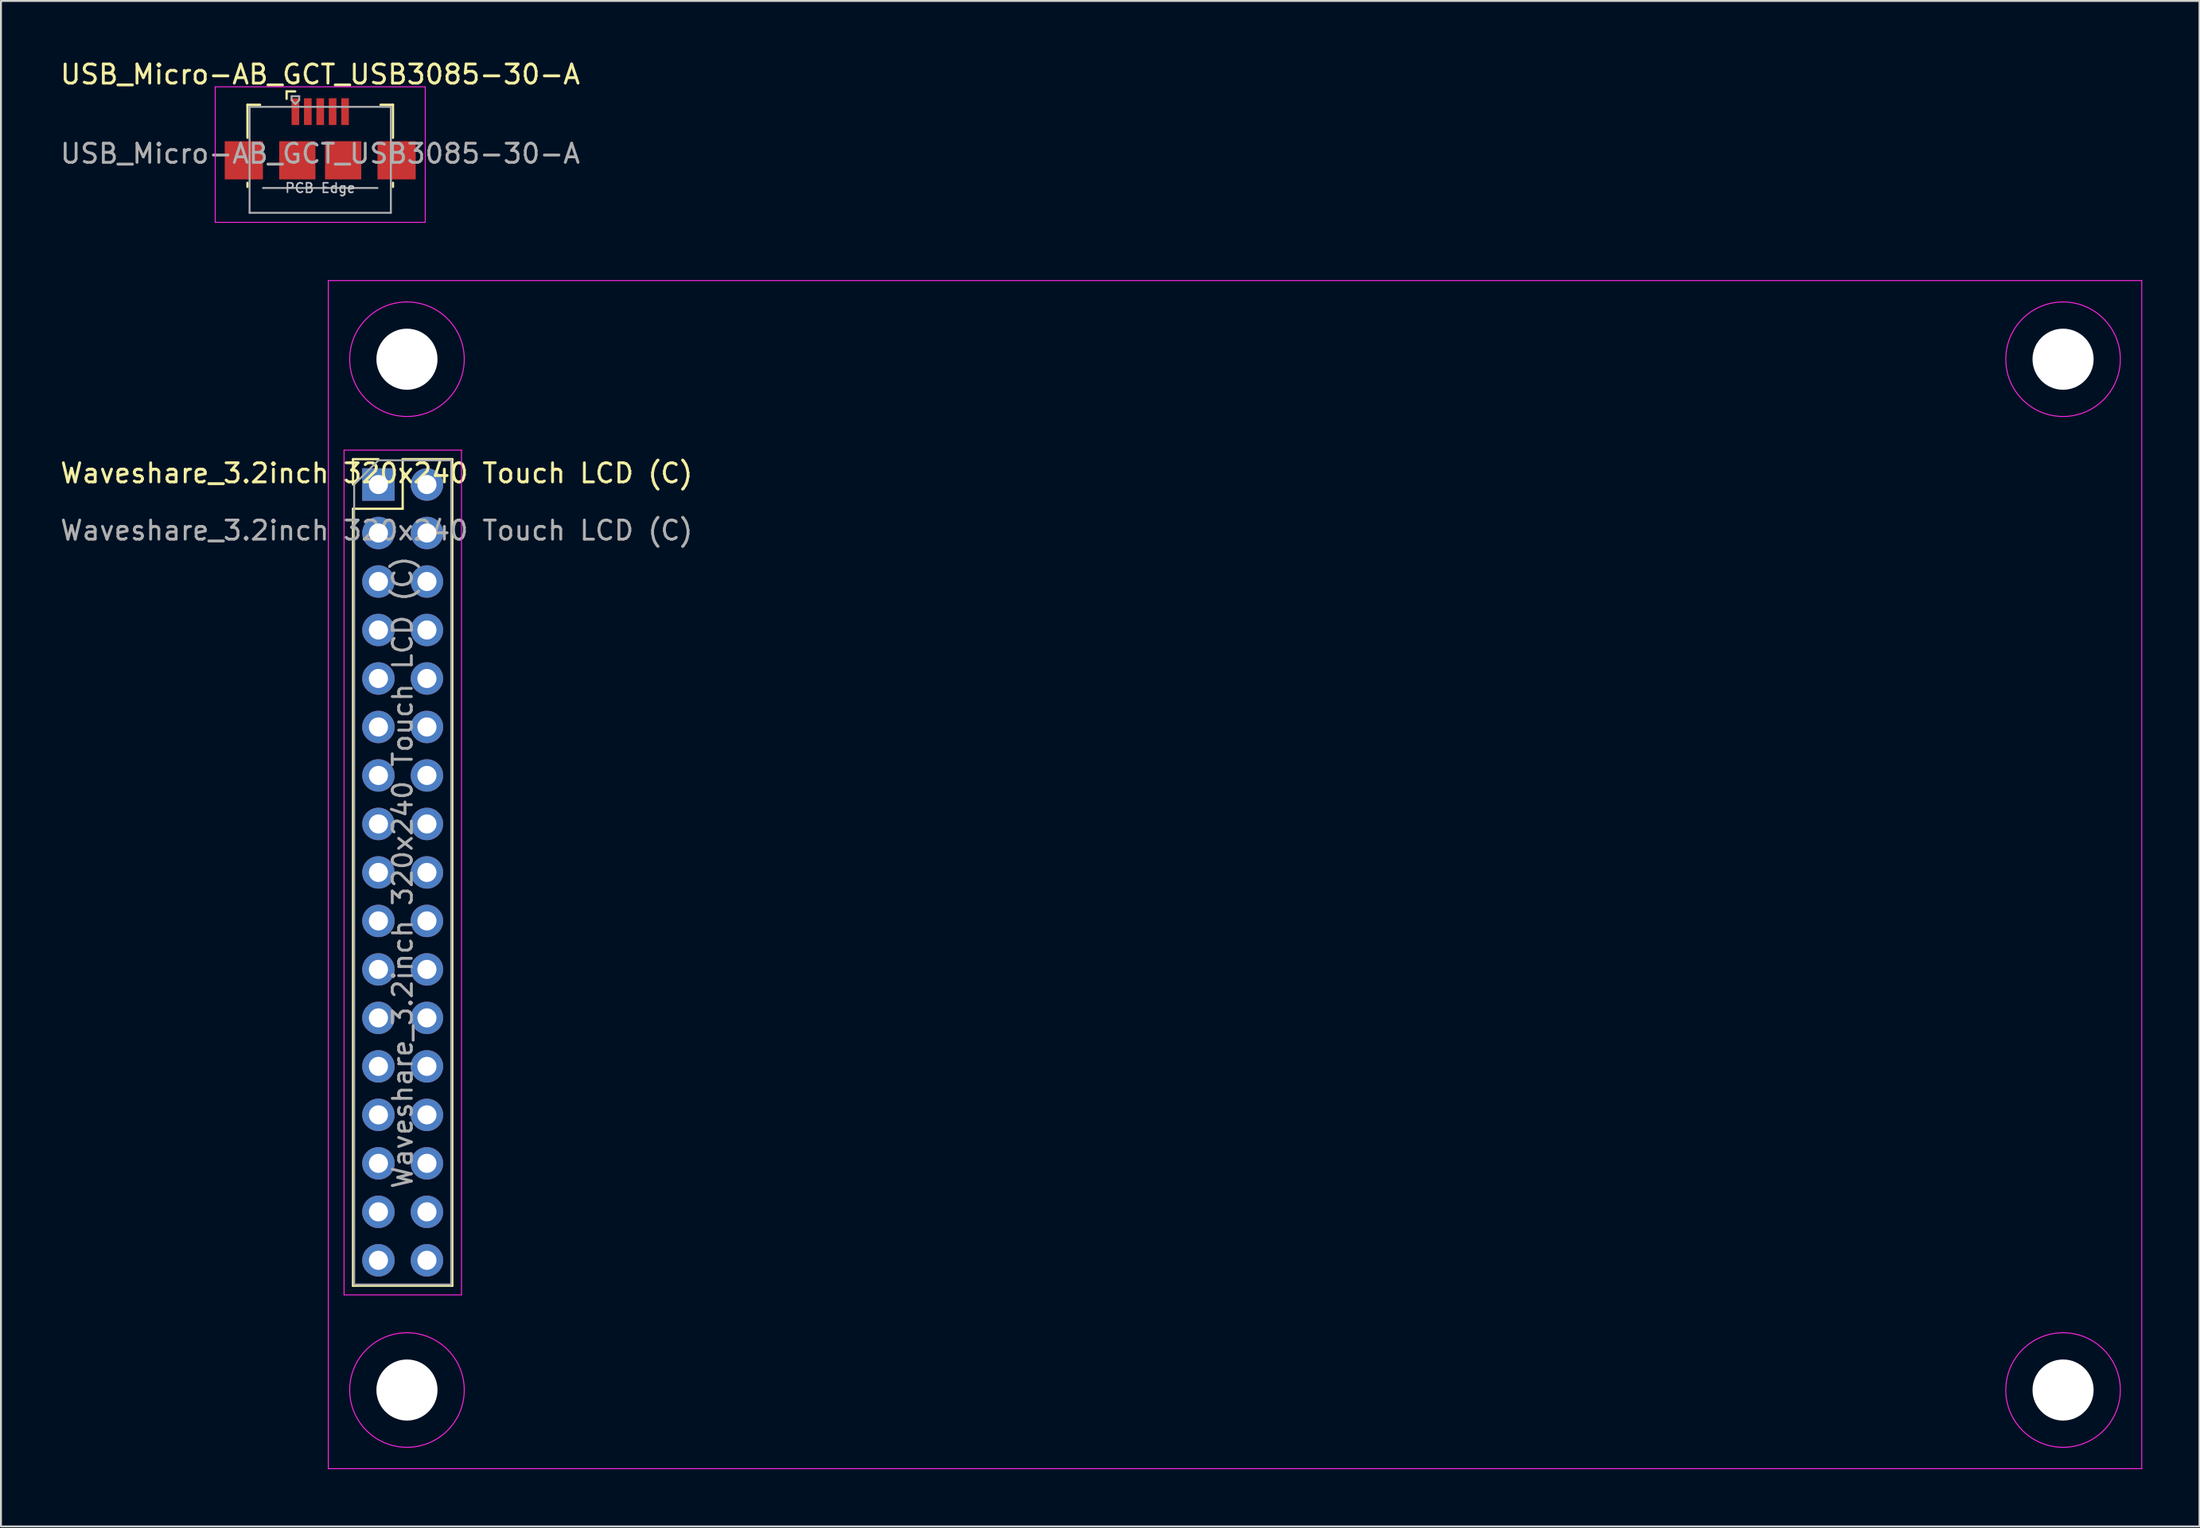
<source format=kicad_pcb>
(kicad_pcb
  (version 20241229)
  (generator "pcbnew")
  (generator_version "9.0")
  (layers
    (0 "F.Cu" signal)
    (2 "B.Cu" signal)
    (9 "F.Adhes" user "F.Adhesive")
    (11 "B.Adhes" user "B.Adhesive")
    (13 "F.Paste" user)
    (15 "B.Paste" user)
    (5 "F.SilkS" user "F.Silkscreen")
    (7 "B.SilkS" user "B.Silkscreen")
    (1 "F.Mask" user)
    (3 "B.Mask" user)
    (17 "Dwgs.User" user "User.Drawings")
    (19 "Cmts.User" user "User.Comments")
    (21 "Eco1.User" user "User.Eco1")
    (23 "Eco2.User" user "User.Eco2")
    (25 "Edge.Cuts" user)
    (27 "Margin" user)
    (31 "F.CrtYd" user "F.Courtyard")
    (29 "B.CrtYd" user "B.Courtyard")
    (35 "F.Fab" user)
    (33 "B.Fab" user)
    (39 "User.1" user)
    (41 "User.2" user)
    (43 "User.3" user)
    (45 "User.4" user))
  (footprint "USB_Micro-AB_GCT_USB3085-30-A"
    (layer "F.Cu")
    (at 13.72 4.148)
    (property "Reference" "USB_Micro-AB_GCT_USB3085-30-A" (at 0 -3.3 0) (layer "F.SilkS") (effects (font (size 1 1) (thickness 0.15))))
    (attr smd)
    (fp_line (start -3.81 -1.71) (end -3.15 -1.71) (stroke (width 0.12) (type solid)) (layer "F.SilkS"))
    (fp_line (start -3.81 0.02) (end -3.81 -1.71) (stroke (width 0.12) (type solid)) (layer "F.SilkS"))
    (fp_line (start -3.81 2.59) (end -3.81 2.38) (stroke (width 0.12) (type solid)) (layer "F.SilkS"))
    (fp_line (start -1.76 -2.41) (end -1.76 -2.02) (stroke (width 0.12) (type solid)) (layer "F.SilkS"))
    (fp_line (start -1.76 -2.41) (end -1.31 -2.41) (stroke (width 0.12) (type solid)) (layer "F.SilkS"))
    (fp_line (start 3.81 -1.71) (end 3.16 -1.71) (stroke (width 0.12) (type solid)) (layer "F.SilkS"))
    (fp_line (start 3.81 0.02) (end 3.81 -1.71) (stroke (width 0.12) (type solid)) (layer "F.SilkS"))
    (fp_line (start 3.81 2.59) (end 3.81 2.38) (stroke (width 0.12) (type solid)) (layer "F.SilkS"))
    (fp_line (start -5.5 -2.65) (end 5.5 -2.65) (stroke (width 0.05) (type solid)) (layer "F.CrtYd"))
    (fp_line (start -5.5 4.45) (end -5.5 -2.65) (stroke (width 0.05) (type solid)) (layer "F.CrtYd"))
    (fp_line (start -5.5 4.45) (end 5.5 4.45) (stroke (width 0.05) (type solid)) (layer "F.CrtYd"))
    (fp_line (start 5.5 -2.65) (end 5.5 4.45) (stroke (width 0.05) (type solid)) (layer "F.CrtYd"))
    (fp_line (start -3.7 -1.6) (end 3.7 -1.6) (stroke (width 0.1) (type solid)) (layer "F.Fab"))
    (fp_line (start -3.7 3.95) (end -3.7 -1.6) (stroke (width 0.1) (type solid)) (layer "F.Fab"))
    (fp_line (start -3.7 3.95) (end 3.7 3.95) (stroke (width 0.1) (type solid)) (layer "F.Fab"))
    (fp_line (start -3 2.65) (end 3 2.65) (stroke (width 0.1) (type solid)) (layer "F.Fab"))
    (fp_line (start -1.5 -2.16) (end -1.5 -1.95) (stroke (width 0.1) (type solid)) (layer "F.Fab"))
    (fp_line (start -1.5 -2.16) (end -1.1 -2.16) (stroke (width 0.1) (type solid)) (layer "F.Fab"))
    (fp_line (start -1.3 -1.75) (end -1.5 -1.95) (stroke (width 0.1) (type solid)) (layer "F.Fab"))
    (fp_line (start -1.1 -2.16) (end -1.1 -1.95) (stroke (width 0.1) (type solid)) (layer "F.Fab"))
    (fp_line (start -1.1 -1.95) (end -1.3 -1.75) (stroke (width 0.1) (type solid)) (layer "F.Fab"))
    (fp_line (start 3.7 3.95) (end 3.7 -1.6) (stroke (width 0.1) (type solid)) (layer "F.Fab"))
    (fp_text user "PCB Edge" (at 0 2.65 0) (layer "Dwgs.User") (effects (font (size 0.5 0.5) (thickness 0.08))))
    (fp_text user "${REFERENCE}" (at 0 0.85 0) (layer "F.Fab") (effects (font (size 1 1) (thickness 0.15))))
    (pad "1" smd rect (at -1.3 -1.35) (size 0.4 1.4) (layers "F.Cu" "F.Mask" "F.Paste"))
    (pad "2" smd rect (at -0.65 -1.35) (size 0.4 1.4) (layers "F.Cu" "F.Mask" "F.Paste"))
    (pad "3" smd rect (at 0 -1.35) (size 0.4 1.4) (layers "F.Cu" "F.Mask" "F.Paste"))
    (pad "4" smd rect (at 0.65 -1.35) (size 0.4 1.4) (layers "F.Cu" "F.Mask" "F.Paste"))
    (pad "5" smd rect (at 1.3 -1.35) (size 0.4 1.4) (layers "F.Cu" "F.Mask" "F.Paste"))
    (pad "6" smd rect (at -4 1.2 180) (size 2 2) (layers "F.Cu" "F.Mask" "F.Paste"))
    (pad "6" smd rect (at -1.2 1.2) (size 1.9 2) (layers "F.Cu" "F.Mask" "F.Paste"))
    (pad "6" smd rect (at 1.2 1.2) (size 1.9 2) (layers "F.Cu" "F.Mask" "F.Paste"))
    (pad "6" smd rect (at 4 1.2) (size 2 2) (layers "F.Cu" "F.Mask" "F.Paste")))
  (footprint "Waveshare_3.2inch 320x240 Touch LCD (C)"
    (layer "F.Cu")
    (at 16.673 22.238)
    (property "Reference" "Waveshare_3.2inch 320x240 Touch LCD (C)" (at 0 -0.5 0) (unlocked yes) (layer "F.SilkS") (effects (font (size 1 1) (thickness 0.15))))
    (attr through_hole)
    (fp_line (start -1.235 -1.235) (end 0.095 -1.235) (stroke (width 0.12) (type solid)) (layer "F.SilkS"))
    (fp_line (start -1.235 0.095) (end -1.235 -1.235) (stroke (width 0.12) (type solid)) (layer "F.SilkS"))
    (fp_line (start -1.235 1.365) (end -1.235 42.065) (stroke (width 0.12) (type solid)) (layer "F.SilkS"))
    (fp_line (start -1.235 1.365) (end 1.365 1.365) (stroke (width 0.12) (type solid)) (layer "F.SilkS"))
    (fp_line (start -1.235 42.065) (end 3.965 42.065) (stroke (width 0.12) (type solid)) (layer "F.SilkS"))
    (fp_line (start 1.365 -1.235) (end 3.965 -1.235) (stroke (width 0.12) (type solid)) (layer "F.SilkS"))
    (fp_line (start 1.365 1.365) (end 1.365 -1.235) (stroke (width 0.12) (type solid)) (layer "F.SilkS"))
    (fp_line (start 3.965 -1.235) (end 3.965 42.065) (stroke (width 0.12) (type solid)) (layer "F.SilkS"))
    (fp_line (start -2.53 -10.59) (end -2.53 51.65) (stroke (width 0.05) (type solid)) (layer "F.CrtYd"))
    (fp_line (start -2.53 -10.59) (end 92.44 -10.59) (stroke (width 0.05) (type solid)) (layer "F.CrtYd"))
    (fp_line (start -2.53 51.65) (end 92.44 51.65) (stroke (width 0.05) (type solid)) (layer "F.CrtYd"))
    (fp_line (start -1.705 -1.705) (end -1.705 42.545) (stroke (width 0.05) (type solid)) (layer "F.CrtYd"))
    (fp_line (start -1.705 42.545) (end 4.445 42.545) (stroke (width 0.05) (type solid)) (layer "F.CrtYd"))
    (fp_line (start 4.445 -1.705) (end -1.705 -1.705) (stroke (width 0.05) (type solid)) (layer "F.CrtYd"))
    (fp_line (start 4.445 42.545) (end 4.445 -1.705) (stroke (width 0.05) (type solid)) (layer "F.CrtYd"))
    (fp_line (start 92.44 51.65) (end 92.44 -10.59) (stroke (width 0.05) (type solid)) (layer "F.CrtYd"))
    (fp_circle (center 1.59 -6.47) (end 4.59 -6.47) (stroke (width 0.05) (type solid)) (fill no) (layer "F.CrtYd"))
    (fp_circle (center 1.59 47.53) (end 4.59 47.53) (stroke (width 0.05) (type solid)) (fill no) (layer "F.CrtYd"))
    (fp_circle (center 88.32 -6.47) (end 91.32 -6.47) (stroke (width 0.05) (type solid)) (fill no) (layer "F.CrtYd"))
    (fp_circle (center 88.32 47.53) (end 91.32 47.53) (stroke (width 0.05) (type solid)) (fill no) (layer "F.CrtYd"))
    (fp_line (start -1.175 0.095) (end 0.095 -1.175) (stroke (width 0.1) (type solid)) (layer "F.Fab"))
    (fp_line (start -1.175 42.005) (end -1.175 0.095) (stroke (width 0.1) (type solid)) (layer "F.Fab"))
    (fp_line (start 0.095 -1.175) (end 3.905 -1.175) (stroke (width 0.1) (type solid)) (layer "F.Fab"))
    (fp_line (start 3.905 -1.175) (end 3.905 42.005) (stroke (width 0.1) (type solid)) (layer "F.Fab"))
    (fp_line (start 3.905 42.005) (end -1.175 42.005) (stroke (width 0.1) (type solid)) (layer "F.Fab"))
    (fp_text user "${REFERENCE}" (at 1.365 20.415 90) (layer "F.Fab") (effects (font (size 1 1) (thickness 0.15))))
    (fp_text user "${REFERENCE}" (at 0 2.5 0) (unlocked yes) (layer "F.Fab") (effects (font (size 1 1) (thickness 0.15))))
    (pad "" np_thru_hole circle (at 1.59 -6.47) (size 3.2 3.2) (drill 3.2) (layers "*.Cu" "*.Mask"))
    (pad "" np_thru_hole circle (at 1.59 47.53) (size 3.2 3.2) (drill 3.2) (layers "*.Cu" "*.Mask"))
    (pad "" np_thru_hole circle (at 88.32 -6.47) (size 3.2 3.2) (drill 3.2) (layers "*.Cu" "*.Mask"))
    (pad "" np_thru_hole circle (at 88.32 47.53) (size 3.2 3.2) (drill 3.2) (layers "*.Cu" "*.Mask"))
    (pad "1" thru_hole rect (at 0.095 0.095) (size 1.7 1.7) (drill 1) (layers "*.Cu" "*.Mask"))
    (pad "2" thru_hole oval (at 2.635 0.095) (size 1.7 1.7) (drill 1) (layers "*.Cu" "*.Mask"))
    (pad "3" thru_hole oval (at 0.095 2.635) (size 1.7 1.7) (drill 1) (layers "*.Cu" "*.Mask"))
    (pad "4" thru_hole oval (at 2.635 2.635) (size 1.7 1.7) (drill 1) (layers "*.Cu" "*.Mask"))
    (pad "5" thru_hole oval (at 0.095 5.175) (size 1.7 1.7) (drill 1) (layers "*.Cu" "*.Mask"))
    (pad "6" thru_hole oval (at 2.635 5.175) (size 1.7 1.7) (drill 1) (layers "*.Cu" "*.Mask"))
    (pad "7" thru_hole oval (at 0.095 7.715) (size 1.7 1.7) (drill 1) (layers "*.Cu" "*.Mask"))
    (pad "8" thru_hole oval (at 2.635 7.715) (size 1.7 1.7) (drill 1) (layers "*.Cu" "*.Mask"))
    (pad "9" thru_hole oval (at 0.095 10.255) (size 1.7 1.7) (drill 1) (layers "*.Cu" "*.Mask"))
    (pad "10" thru_hole oval (at 2.635 10.255) (size 1.7 1.7) (drill 1) (layers "*.Cu" "*.Mask"))
    (pad "11" thru_hole oval (at 0.095 12.795) (size 1.7 1.7) (drill 1) (layers "*.Cu" "*.Mask"))
    (pad "12" thru_hole oval (at 2.635 12.795) (size 1.7 1.7) (drill 1) (layers "*.Cu" "*.Mask"))
    (pad "13" thru_hole oval (at 0.095 15.335) (size 1.7 1.7) (drill 1) (layers "*.Cu" "*.Mask"))
    (pad "14" thru_hole oval (at 2.635 15.335) (size 1.7 1.7) (drill 1) (layers "*.Cu" "*.Mask"))
    (pad "15" thru_hole oval (at 0.095 17.875) (size 1.7 1.7) (drill 1) (layers "*.Cu" "*.Mask"))
    (pad "16" thru_hole oval (at 2.635 17.875) (size 1.7 1.7) (drill 1) (layers "*.Cu" "*.Mask"))
    (pad "17" thru_hole oval (at 0.095 20.415) (size 1.7 1.7) (drill 1) (layers "*.Cu" "*.Mask"))
    (pad "18" thru_hole oval (at 2.635 20.415) (size 1.7 1.7) (drill 1) (layers "*.Cu" "*.Mask"))
    (pad "19" thru_hole oval (at 0.095 22.955) (size 1.7 1.7) (drill 1) (layers "*.Cu" "*.Mask"))
    (pad "20" thru_hole oval (at 2.635 22.955) (size 1.7 1.7) (drill 1) (layers "*.Cu" "*.Mask"))
    (pad "21" thru_hole oval (at 0.095 25.495) (size 1.7 1.7) (drill 1) (layers "*.Cu" "*.Mask"))
    (pad "22" thru_hole oval (at 2.635 25.495) (size 1.7 1.7) (drill 1) (layers "*.Cu" "*.Mask"))
    (pad "23" thru_hole oval (at 0.095 28.035) (size 1.7 1.7) (drill 1) (layers "*.Cu" "*.Mask"))
    (pad "24" thru_hole oval (at 2.635 28.035) (size 1.7 1.7) (drill 1) (layers "*.Cu" "*.Mask"))
    (pad "25" thru_hole oval (at 0.095 30.575) (size 1.7 1.7) (drill 1) (layers "*.Cu" "*.Mask"))
    (pad "26" thru_hole oval (at 2.635 30.575) (size 1.7 1.7) (drill 1) (layers "*.Cu" "*.Mask"))
    (pad "27" thru_hole oval (at 0.095 33.115) (size 1.7 1.7) (drill 1) (layers "*.Cu" "*.Mask"))
    (pad "28" thru_hole oval (at 2.635 33.115) (size 1.7 1.7) (drill 1) (layers "*.Cu" "*.Mask"))
    (pad "29" thru_hole oval (at 0.095 35.655) (size 1.7 1.7) (drill 1) (layers "*.Cu" "*.Mask"))
    (pad "30" thru_hole oval (at 2.635 35.655) (size 1.7 1.7) (drill 1) (layers "*.Cu" "*.Mask"))
    (pad "31" thru_hole oval (at 0.095 38.195) (size 1.7 1.7) (drill 1) (layers "*.Cu" "*.Mask"))
    (pad "32" thru_hole oval (at 2.635 38.195) (size 1.7 1.7) (drill 1) (layers "*.Cu" "*.Mask"))
    (pad "33" thru_hole oval (at 0.095 40.735) (size 1.7 1.7) (drill 1) (layers "*.Cu" "*.Mask"))
    (pad "34" thru_hole oval (at 2.635 40.735) (size 1.7 1.7) (drill 1) (layers "*.Cu" "*.Mask")))
  (gr_rect
    (start -3 -3)
    (end 112.138 76.913)
    (stroke (width 0.1) (type default))
    (fill no)
    (layer "Edge.Cuts")))
</source>
